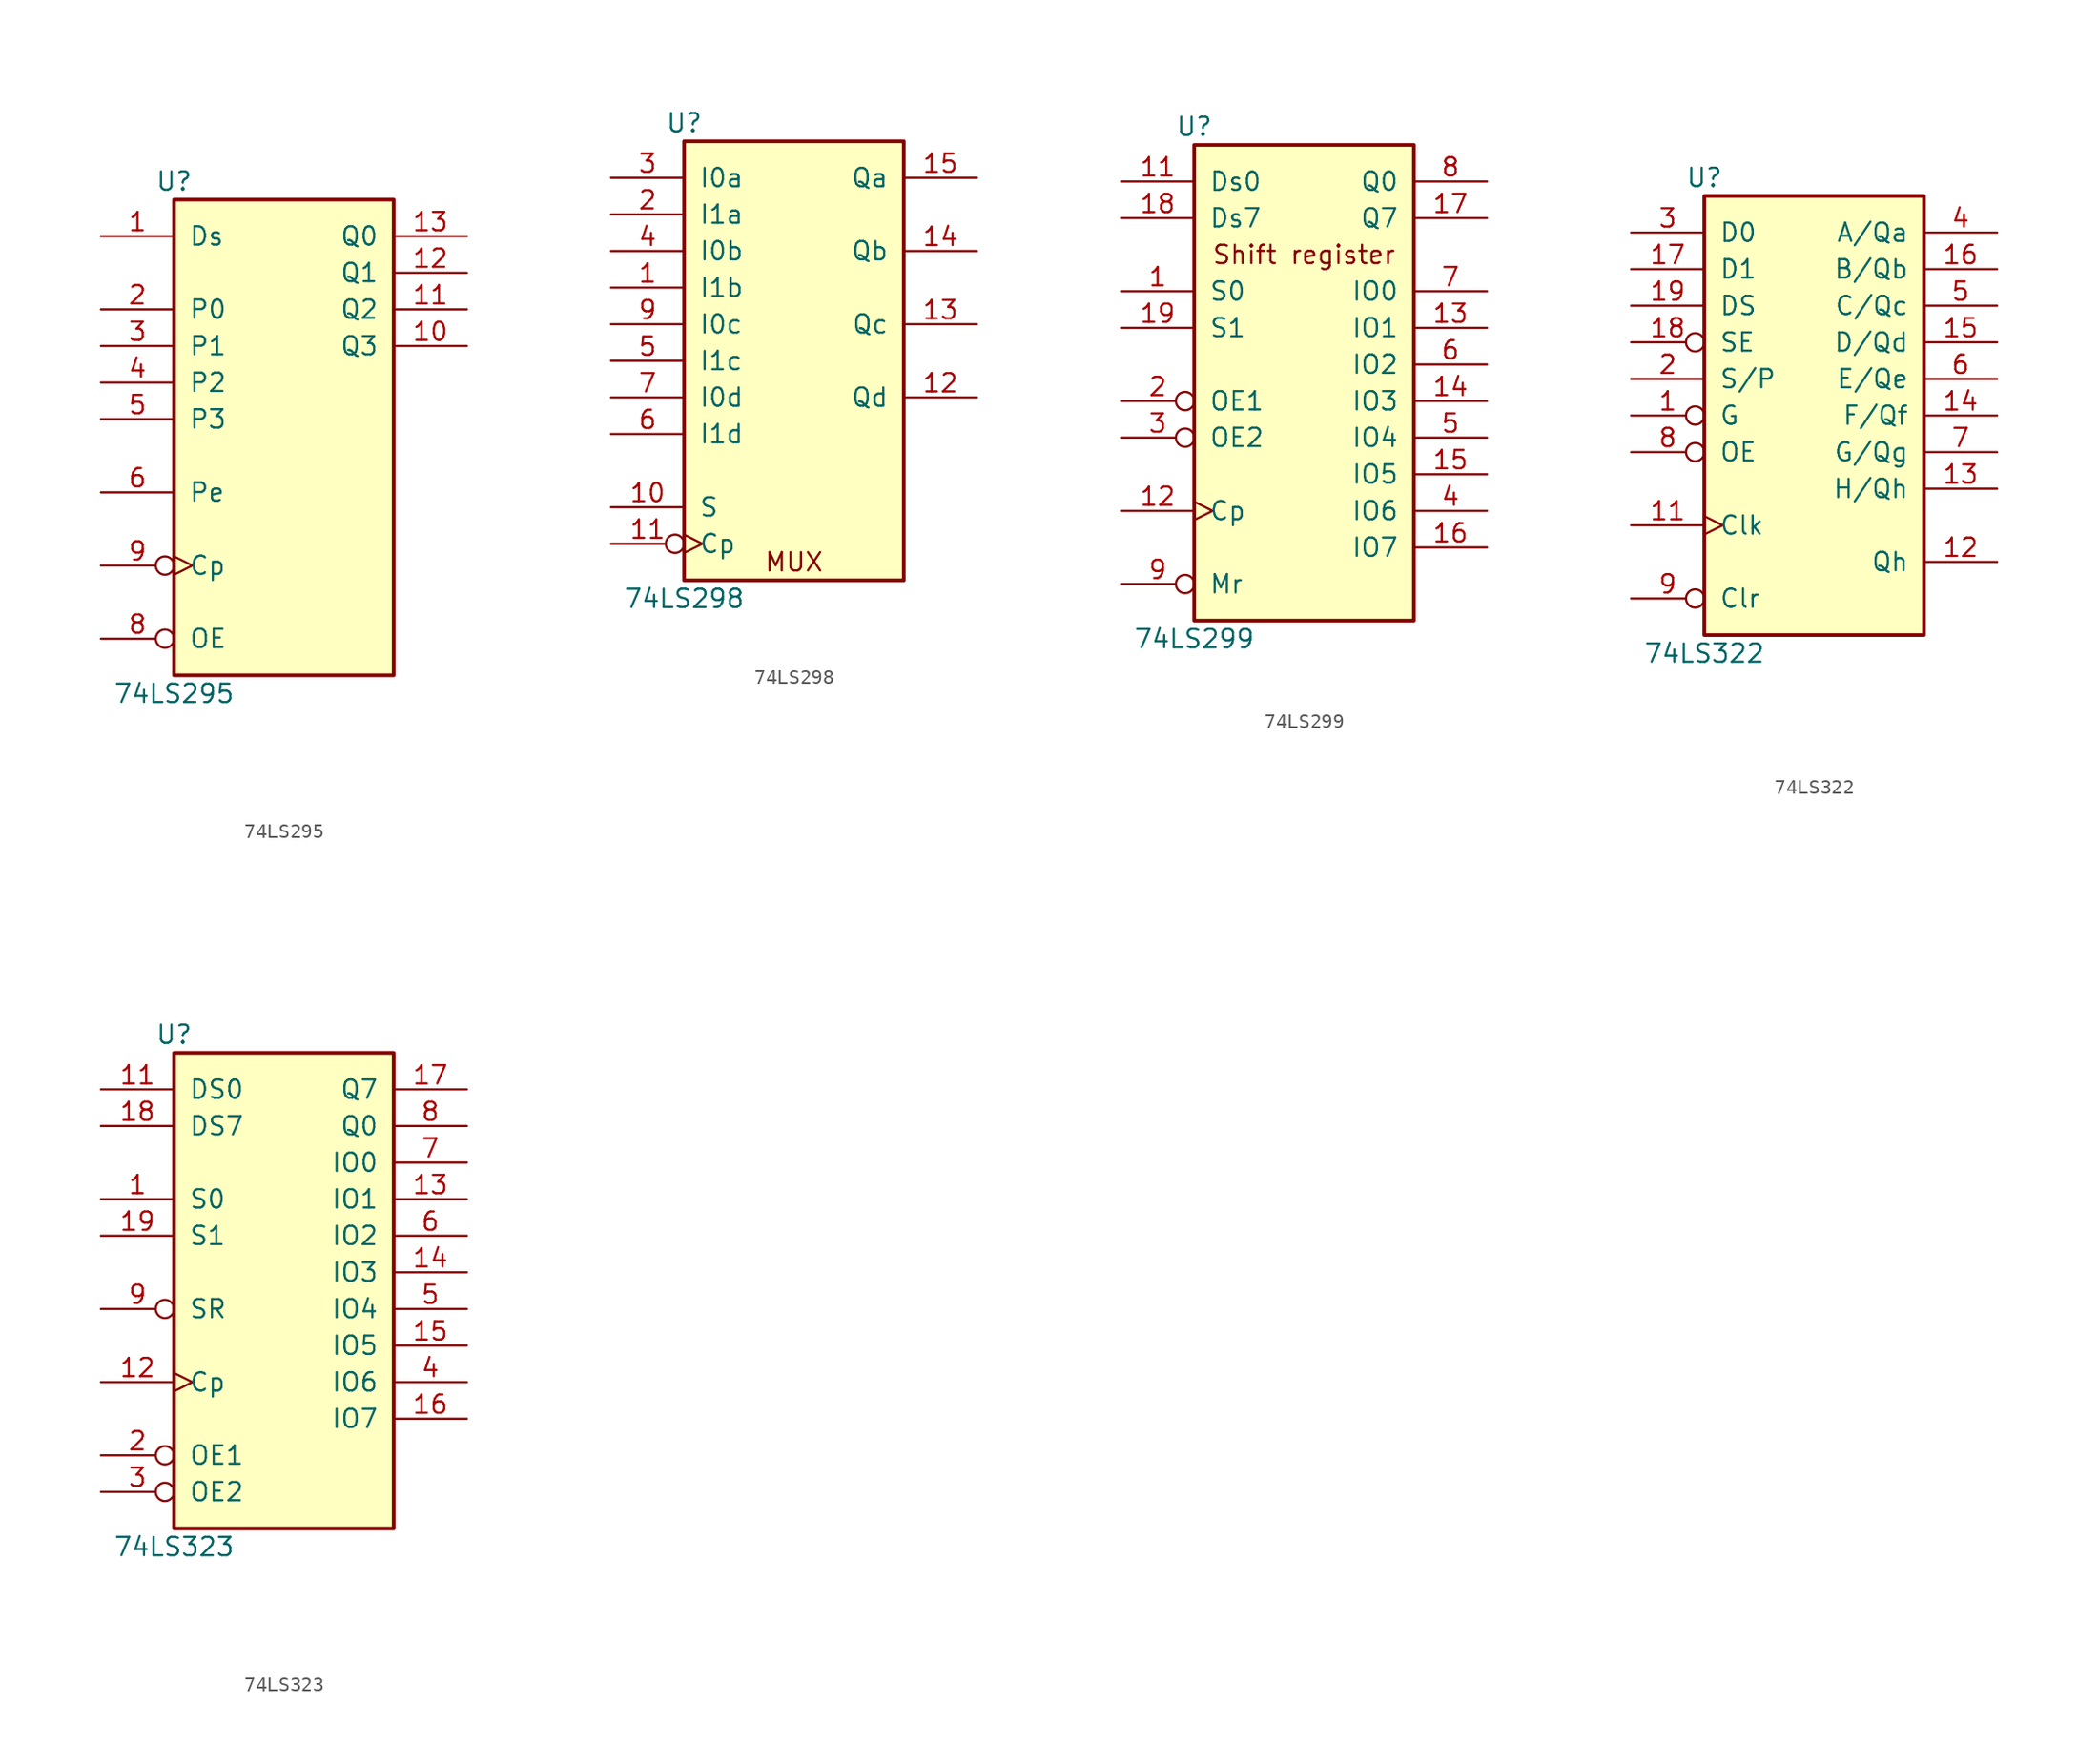
<source format=kicad_sym>
(kicad_symbol_lib
  (version 20231120)
  (generator "kicad_symbol_editor")
  (generator_version "8.0")
  (symbol "74LS295"
    (pin_names
      (offset 1.016))
    (property "Reference" "U"
      (at -7.62 16.51 0)
      (effects (font (size 1.27 1.27))))
    (property "Value" "74LS295"
      (at -7.62 -19.05 0)
      (effects (font (size 1.27 1.27))))
    (property "ki_locked" ""
      (at 0 0 0)
      (effects (font (size 1.27 1.27))))
    (symbol "74LS295_1_0"
      (pin input line (at -12.7 12.7 0) (length 5.08) (name "Ds" (effects (font (size 1.27 1.27)))) (number "1" (effects (font (size 1.27 1.27)))))
      (pin output line (at 12.7 5.08 180) (length 5.08) (name "Q3" (effects (font (size 1.27 1.27)))) (number "10" (effects (font (size 1.27 1.27)))))
      (pin output line (at 12.7 7.62 180) (length 5.08) (name "Q2" (effects (font (size 1.27 1.27)))) (number "11" (effects (font (size 1.27 1.27)))))
      (pin output line (at 12.7 10.16 180) (length 5.08) (name "Q1" (effects (font (size 1.27 1.27)))) (number "12" (effects (font (size 1.27 1.27)))))
      (pin output line (at 12.7 12.7 180) (length 5.08) (name "Q0" (effects (font (size 1.27 1.27)))) (number "13" (effects (font (size 1.27 1.27)))))
      (pin input line (at 0 20.32 270) (length 5.08) hide (name "VCC" (effects (font (size 1.27 1.27)))) (number "14" (effects (font (size 1.27 1.27)))))
      (pin input line (at -12.7 7.62 0) (length 5.08) (name "P0" (effects (font (size 1.27 1.27)))) (number "2" (effects (font (size 1.27 1.27)))))
      (pin input line (at -12.7 5.08 0) (length 5.08) (name "P1" (effects (font (size 1.27 1.27)))) (number "3" (effects (font (size 1.27 1.27)))))
      (pin input line (at -12.7 2.54 0) (length 5.08) (name "P2" (effects (font (size 1.27 1.27)))) (number "4" (effects (font (size 1.27 1.27)))))
      (pin input line (at -12.7 0 0) (length 5.08) (name "P3" (effects (font (size 1.27 1.27)))) (number "5" (effects (font (size 1.27 1.27)))))
      (pin input line (at -12.7 -5.08 0) (length 5.08) (name "Pe" (effects (font (size 1.27 1.27)))) (number "6" (effects (font (size 1.27 1.27)))))
      (pin input line (at 0 -22.86 90) (length 5.08) hide (name "GND" (effects (font (size 1.27 1.27)))) (number "7" (effects (font (size 1.27 1.27)))))
      (pin input inverted (at -12.7 -15.24 0) (length 5.08) (name "OE" (effects (font (size 1.27 1.27)))) (number "8" (effects (font (size 1.27 1.27)))))
      (pin input inverted_clock (at -12.7 -10.16 0) (length 5.08) (name "Cp" (effects (font (size 1.27 1.27)))) (number "9" (effects (font (size 1.27 1.27))))))
    (symbol "74LS295_1_1"
      (rectangle (start -7.62 15.24) (end 7.62 -17.78) (stroke (width 0.254) (type default)) (fill (type background)))))
  (symbol "74LS298"
    (pin_names
      (offset 1.016))
    (property "Reference" "U"
      (at -7.62 16.51 0)
      (effects (font (size 1.27 1.27))))
    (property "Value" "74LS298"
      (at -7.62 -16.51 0)
      (effects (font (size 1.27 1.27))))
    (property "ki_locked" ""
      (at 0 0 0)
      (effects (font (size 1.27 1.27))))
    (symbol "74LS298_1_0"
      (pin input line (at -12.7 5.08 0) (length 5.08) (name "I1b" (effects (font (size 1.27 1.27)))) (number "1" (effects (font (size 1.27 1.27)))))
      (pin input line (at -12.7 -10.16 0) (length 5.08) (name "S" (effects (font (size 1.27 1.27)))) (number "10" (effects (font (size 1.27 1.27)))))
      (pin input inverted_clock (at -12.7 -12.7 0) (length 5.08) (name "Cp" (effects (font (size 1.27 1.27)))) (number "11" (effects (font (size 1.27 1.27)))))
      (pin output line (at 12.7 -2.54 180) (length 5.08) (name "Qd" (effects (font (size 1.27 1.27)))) (number "12" (effects (font (size 1.27 1.27)))))
      (pin output line (at 12.7 2.54 180) (length 5.08) (name "Qc" (effects (font (size 1.27 1.27)))) (number "13" (effects (font (size 1.27 1.27)))))
      (pin output line (at 12.7 7.62 180) (length 5.08) (name "Qb" (effects (font (size 1.27 1.27)))) (number "14" (effects (font (size 1.27 1.27)))))
      (pin output line (at 12.7 12.7 180) (length 5.08) (name "Qa" (effects (font (size 1.27 1.27)))) (number "15" (effects (font (size 1.27 1.27)))))
      (pin power_in line (at 0 15.24 270) (length 5.08) hide (name "VCC" (effects (font (size 1.27 1.27)))) (number "16" (effects (font (size 1.27 1.27)))))
      (pin input line (at -12.7 10.16 0) (length 5.08) (name "I1a" (effects (font (size 1.27 1.27)))) (number "2" (effects (font (size 1.27 1.27)))))
      (pin input line (at -12.7 12.7 0) (length 5.08) (name "I0a" (effects (font (size 1.27 1.27)))) (number "3" (effects (font (size 1.27 1.27)))))
      (pin input line (at -12.7 7.62 0) (length 5.08) (name "I0b" (effects (font (size 1.27 1.27)))) (number "4" (effects (font (size 1.27 1.27)))))
      (pin input line (at -12.7 0 0) (length 5.08) (name "I1c" (effects (font (size 1.27 1.27)))) (number "5" (effects (font (size 1.27 1.27)))))
      (pin input line (at -12.7 -5.08 0) (length 5.08) (name "I1d" (effects (font (size 1.27 1.27)))) (number "6" (effects (font (size 1.27 1.27)))))
      (pin input line (at -12.7 -2.54 0) (length 5.08) (name "I0d" (effects (font (size 1.27 1.27)))) (number "7" (effects (font (size 1.27 1.27)))))
      (pin power_in line (at 0 -15.24 90) (length 5.08) hide (name "GND" (effects (font (size 1.27 1.27)))) (number "8" (effects (font (size 1.27 1.27)))))
      (pin input line (at -12.7 2.54 0) (length 5.08) (name "I0c" (effects (font (size 1.27 1.27)))) (number "9" (effects (font (size 1.27 1.27))))))
    (symbol "74LS298_1_1"
      (rectangle (start -7.62 15.24) (end 7.62 -15.24) (stroke (width 0.254) (type default)) (fill (type background)))
      (text "MUX" (at 0 -13.97 0) (effects (font (size 1.27 1.27))))))
  (symbol "74LS299"
    (pin_names
      (offset 1.016))
    (property "Reference" "U"
      (at -7.62 16.51 0)
      (effects (font (size 1.27 1.27))))
    (property "Value" "74LS299"
      (at -7.62 -19.05 0)
      (effects (font (size 1.27 1.27))))
    (property "ki_locked" ""
      (at 0 0 0)
      (effects (font (size 1.27 1.27))))
    (symbol "74LS299_0_0"
      (text "Shift register" (at 0 7.62 0) (effects (font (size 1.27 1.27)))))
    (symbol "74LS299_1_0"
      (pin input line (at -12.7 5.08 0) (length 5.08) (name "S0" (effects (font (size 1.27 1.27)))) (number "1" (effects (font (size 1.27 1.27)))))
      (pin power_in line (at 0 -17.78 90) (length 5.08) hide (name "GND" (effects (font (size 1.27 1.27)))) (number "10" (effects (font (size 1.27 1.27)))))
      (pin input line (at -12.7 12.7 0) (length 5.08) (name "Ds0" (effects (font (size 1.27 1.27)))) (number "11" (effects (font (size 1.27 1.27)))))
      (pin input clock (at -12.7 -10.16 0) (length 5.08) (name "Cp" (effects (font (size 1.27 1.27)))) (number "12" (effects (font (size 1.27 1.27)))))
      (pin tri_state line (at 12.7 2.54 180) (length 5.08) (name "IO1" (effects (font (size 1.27 1.27)))) (number "13" (effects (font (size 1.27 1.27)))))
      (pin tri_state line (at 12.7 -2.54 180) (length 5.08) (name "IO3" (effects (font (size 1.27 1.27)))) (number "14" (effects (font (size 1.27 1.27)))))
      (pin tri_state line (at 12.7 -7.62 180) (length 5.08) (name "IO5" (effects (font (size 1.27 1.27)))) (number "15" (effects (font (size 1.27 1.27)))))
      (pin tri_state line (at 12.7 -12.7 180) (length 5.08) (name "IO7" (effects (font (size 1.27 1.27)))) (number "16" (effects (font (size 1.27 1.27)))))
      (pin output line (at 12.7 10.16 180) (length 5.08) (name "Q7" (effects (font (size 1.27 1.27)))) (number "17" (effects (font (size 1.27 1.27)))))
      (pin input line (at -12.7 10.16 0) (length 5.08) (name "Ds7" (effects (font (size 1.27 1.27)))) (number "18" (effects (font (size 1.27 1.27)))))
      (pin input line (at -12.7 2.54 0) (length 5.08) (name "S1" (effects (font (size 1.27 1.27)))) (number "19" (effects (font (size 1.27 1.27)))))
      (pin input inverted (at -12.7 -2.54 0) (length 5.08) (name "OE1" (effects (font (size 1.27 1.27)))) (number "2" (effects (font (size 1.27 1.27)))))
      (pin power_in line (at 0 15.24 270) (length 5.08) hide (name "VCC" (effects (font (size 1.27 1.27)))) (number "20" (effects (font (size 1.27 1.27)))))
      (pin input inverted (at -12.7 -5.08 0) (length 5.08) (name "OE2" (effects (font (size 1.27 1.27)))) (number "3" (effects (font (size 1.27 1.27)))))
      (pin tri_state line (at 12.7 -10.16 180) (length 5.08) (name "IO6" (effects (font (size 1.27 1.27)))) (number "4" (effects (font (size 1.27 1.27)))))
      (pin tri_state line (at 12.7 -5.08 180) (length 5.08) (name "IO4" (effects (font (size 1.27 1.27)))) (number "5" (effects (font (size 1.27 1.27)))))
      (pin tri_state line (at 12.7 0 180) (length 5.08) (name "IO2" (effects (font (size 1.27 1.27)))) (number "6" (effects (font (size 1.27 1.27)))))
      (pin tri_state line (at 12.7 5.08 180) (length 5.08) (name "IO0" (effects (font (size 1.27 1.27)))) (number "7" (effects (font (size 1.27 1.27)))))
      (pin output line (at 12.7 12.7 180) (length 5.08) (name "Q0" (effects (font (size 1.27 1.27)))) (number "8" (effects (font (size 1.27 1.27)))))
      (pin input inverted (at -12.7 -15.24 0) (length 5.08) (name "Mr" (effects (font (size 1.27 1.27)))) (number "9" (effects (font (size 1.27 1.27))))))
    (symbol "74LS299_1_1"
      (rectangle (start -7.62 15.24) (end 7.62 -17.78) (stroke (width 0.254) (type default)) (fill (type background)))))
  (symbol "74LS322"
    (pin_names
      (offset 1.016))
    (property "Reference" "U"
      (at -7.62 16.51 0)
      (effects (font (size 1.27 1.27))))
    (property "Value" "74LS322"
      (at -7.62 -16.51 0)
      (effects (font (size 1.27 1.27))))
    (property "ki_locked" ""
      (at 0 0 0)
      (effects (font (size 1.27 1.27))))
    (symbol "74LS322_1_0"
      (pin input inverted (at -12.7 0 0) (length 5.08) (name "G" (effects (font (size 1.27 1.27)))) (number "1" (effects (font (size 1.27 1.27)))))
      (pin input line (at 0 -20.32 90) (length 5.08) hide (name "GND" (effects (font (size 1.27 1.27)))) (number "10" (effects (font (size 1.27 1.27)))))
      (pin input clock (at -12.7 -7.62 0) (length 5.08) (name "Clk" (effects (font (size 1.27 1.27)))) (number "11" (effects (font (size 1.27 1.27)))))
      (pin output line (at 12.7 -10.16 180) (length 5.08) (name "Qh" (effects (font (size 1.27 1.27)))) (number "12" (effects (font (size 1.27 1.27)))))
      (pin tri_state line (at 12.7 -5.08 180) (length 5.08) (name "H/Qh" (effects (font (size 1.27 1.27)))) (number "13" (effects (font (size 1.27 1.27)))))
      (pin tri_state line (at 12.7 0 180) (length 5.08) (name "F/Qf" (effects (font (size 1.27 1.27)))) (number "14" (effects (font (size 1.27 1.27)))))
      (pin tri_state line (at 12.7 5.08 180) (length 5.08) (name "D/Qd" (effects (font (size 1.27 1.27)))) (number "15" (effects (font (size 1.27 1.27)))))
      (pin tri_state line (at 12.7 10.16 180) (length 5.08) (name "B/Qb" (effects (font (size 1.27 1.27)))) (number "16" (effects (font (size 1.27 1.27)))))
      (pin input line (at -12.7 10.16 0) (length 5.08) (name "D1" (effects (font (size 1.27 1.27)))) (number "17" (effects (font (size 1.27 1.27)))))
      (pin input inverted (at -12.7 5.08 0) (length 5.08) (name "SE" (effects (font (size 1.27 1.27)))) (number "18" (effects (font (size 1.27 1.27)))))
      (pin input line (at -12.7 7.62 0) (length 5.08) (name "DS" (effects (font (size 1.27 1.27)))) (number "19" (effects (font (size 1.27 1.27)))))
      (pin input line (at -12.7 2.54 0) (length 5.08) (name "S/P" (effects (font (size 1.27 1.27)))) (number "2" (effects (font (size 1.27 1.27)))))
      (pin input line (at 0 20.32 270) (length 5.08) hide (name "VCC" (effects (font (size 1.27 1.27)))) (number "20" (effects (font (size 1.27 1.27)))))
      (pin input line (at -12.7 12.7 0) (length 5.08) (name "D0" (effects (font (size 1.27 1.27)))) (number "3" (effects (font (size 1.27 1.27)))))
      (pin tri_state line (at 12.7 12.7 180) (length 5.08) (name "A/Qa" (effects (font (size 1.27 1.27)))) (number "4" (effects (font (size 1.27 1.27)))))
      (pin tri_state line (at 12.7 7.62 180) (length 5.08) (name "C/Qc" (effects (font (size 1.27 1.27)))) (number "5" (effects (font (size 1.27 1.27)))))
      (pin tri_state line (at 12.7 2.54 180) (length 5.08) (name "E/Qe" (effects (font (size 1.27 1.27)))) (number "6" (effects (font (size 1.27 1.27)))))
      (pin tri_state line (at 12.7 -2.54 180) (length 5.08) (name "G/Qg" (effects (font (size 1.27 1.27)))) (number "7" (effects (font (size 1.27 1.27)))))
      (pin input inverted (at -12.7 -2.54 0) (length 5.08) (name "OE" (effects (font (size 1.27 1.27)))) (number "8" (effects (font (size 1.27 1.27)))))
      (pin input inverted (at -12.7 -12.7 0) (length 5.08) (name "Clr" (effects (font (size 1.27 1.27)))) (number "9" (effects (font (size 1.27 1.27))))))
    (symbol "74LS322_1_1"
      (rectangle (start -7.62 15.24) (end 7.62 -15.24) (stroke (width 0.254) (type default)) (fill (type background)))))
  (symbol "74LS323"
    (pin_names
      (offset 1.016))
    (property "Reference" "U"
      (at -7.62 16.51 0)
      (effects (font (size 1.27 1.27))))
    (property "Value" "74LS323"
      (at -7.62 -19.05 0)
      (effects (font (size 1.27 1.27))))
    (property "ki_locked" ""
      (at 0 0 0)
      (effects (font (size 1.27 1.27))))
    (symbol "74LS323_1_0"
      (pin input line (at -12.7 5.08 0) (length 5.08) (name "S0" (effects (font (size 1.27 1.27)))) (number "1" (effects (font (size 1.27 1.27)))))
      (pin input line (at 0 -22.86 90) (length 5.08) hide (name "GND" (effects (font (size 1.27 1.27)))) (number "10" (effects (font (size 1.27 1.27)))))
      (pin input line (at -12.7 12.7 0) (length 5.08) (name "DS0" (effects (font (size 1.27 1.27)))) (number "11" (effects (font (size 1.27 1.27)))))
      (pin input clock (at -12.7 -7.62 0) (length 5.08) (name "Cp" (effects (font (size 1.27 1.27)))) (number "12" (effects (font (size 1.27 1.27)))))
      (pin tri_state line (at 12.7 5.08 180) (length 5.08) (name "IO1" (effects (font (size 1.27 1.27)))) (number "13" (effects (font (size 1.27 1.27)))))
      (pin tri_state line (at 12.7 0 180) (length 5.08) (name "IO3" (effects (font (size 1.27 1.27)))) (number "14" (effects (font (size 1.27 1.27)))))
      (pin tri_state line (at 12.7 -5.08 180) (length 5.08) (name "IO5" (effects (font (size 1.27 1.27)))) (number "15" (effects (font (size 1.27 1.27)))))
      (pin tri_state line (at 12.7 -10.16 180) (length 5.08) (name "IO7" (effects (font (size 1.27 1.27)))) (number "16" (effects (font (size 1.27 1.27)))))
      (pin output line (at 12.7 12.7 180) (length 5.08) (name "Q7" (effects (font (size 1.27 1.27)))) (number "17" (effects (font (size 1.27 1.27)))))
      (pin input line (at -12.7 10.16 0) (length 5.08) (name "DS7" (effects (font (size 1.27 1.27)))) (number "18" (effects (font (size 1.27 1.27)))))
      (pin input line (at -12.7 2.54 0) (length 5.08) (name "S1" (effects (font (size 1.27 1.27)))) (number "19" (effects (font (size 1.27 1.27)))))
      (pin input inverted (at -12.7 -12.7 0) (length 5.08) (name "OE1" (effects (font (size 1.27 1.27)))) (number "2" (effects (font (size 1.27 1.27)))))
      (pin input line (at 0 20.32 270) (length 5.08) hide (name "VCC" (effects (font (size 1.27 1.27)))) (number "20" (effects (font (size 1.27 1.27)))))
      (pin input inverted (at -12.7 -15.24 0) (length 5.08) (name "OE2" (effects (font (size 1.27 1.27)))) (number "3" (effects (font (size 1.27 1.27)))))
      (pin tri_state line (at 12.7 -7.62 180) (length 5.08) (name "IO6" (effects (font (size 1.27 1.27)))) (number "4" (effects (font (size 1.27 1.27)))))
      (pin tri_state line (at 12.7 -2.54 180) (length 5.08) (name "IO4" (effects (font (size 1.27 1.27)))) (number "5" (effects (font (size 1.27 1.27)))))
      (pin tri_state line (at 12.7 2.54 180) (length 5.08) (name "IO2" (effects (font (size 1.27 1.27)))) (number "6" (effects (font (size 1.27 1.27)))))
      (pin tri_state line (at 12.7 7.62 180) (length 5.08) (name "IO0" (effects (font (size 1.27 1.27)))) (number "7" (effects (font (size 1.27 1.27)))))
      (pin output line (at 12.7 10.16 180) (length 5.08) (name "Q0" (effects (font (size 1.27 1.27)))) (number "8" (effects (font (size 1.27 1.27)))))
      (pin input inverted (at -12.7 -2.54 0) (length 5.08) (name "SR" (effects (font (size 1.27 1.27)))) (number "9" (effects (font (size 1.27 1.27))))))
    (symbol "74LS323_1_1"
      (rectangle (start -7.62 15.24) (end 7.62 -17.78) (stroke (width 0.254) (type default)) (fill (type background))))))
</source>
